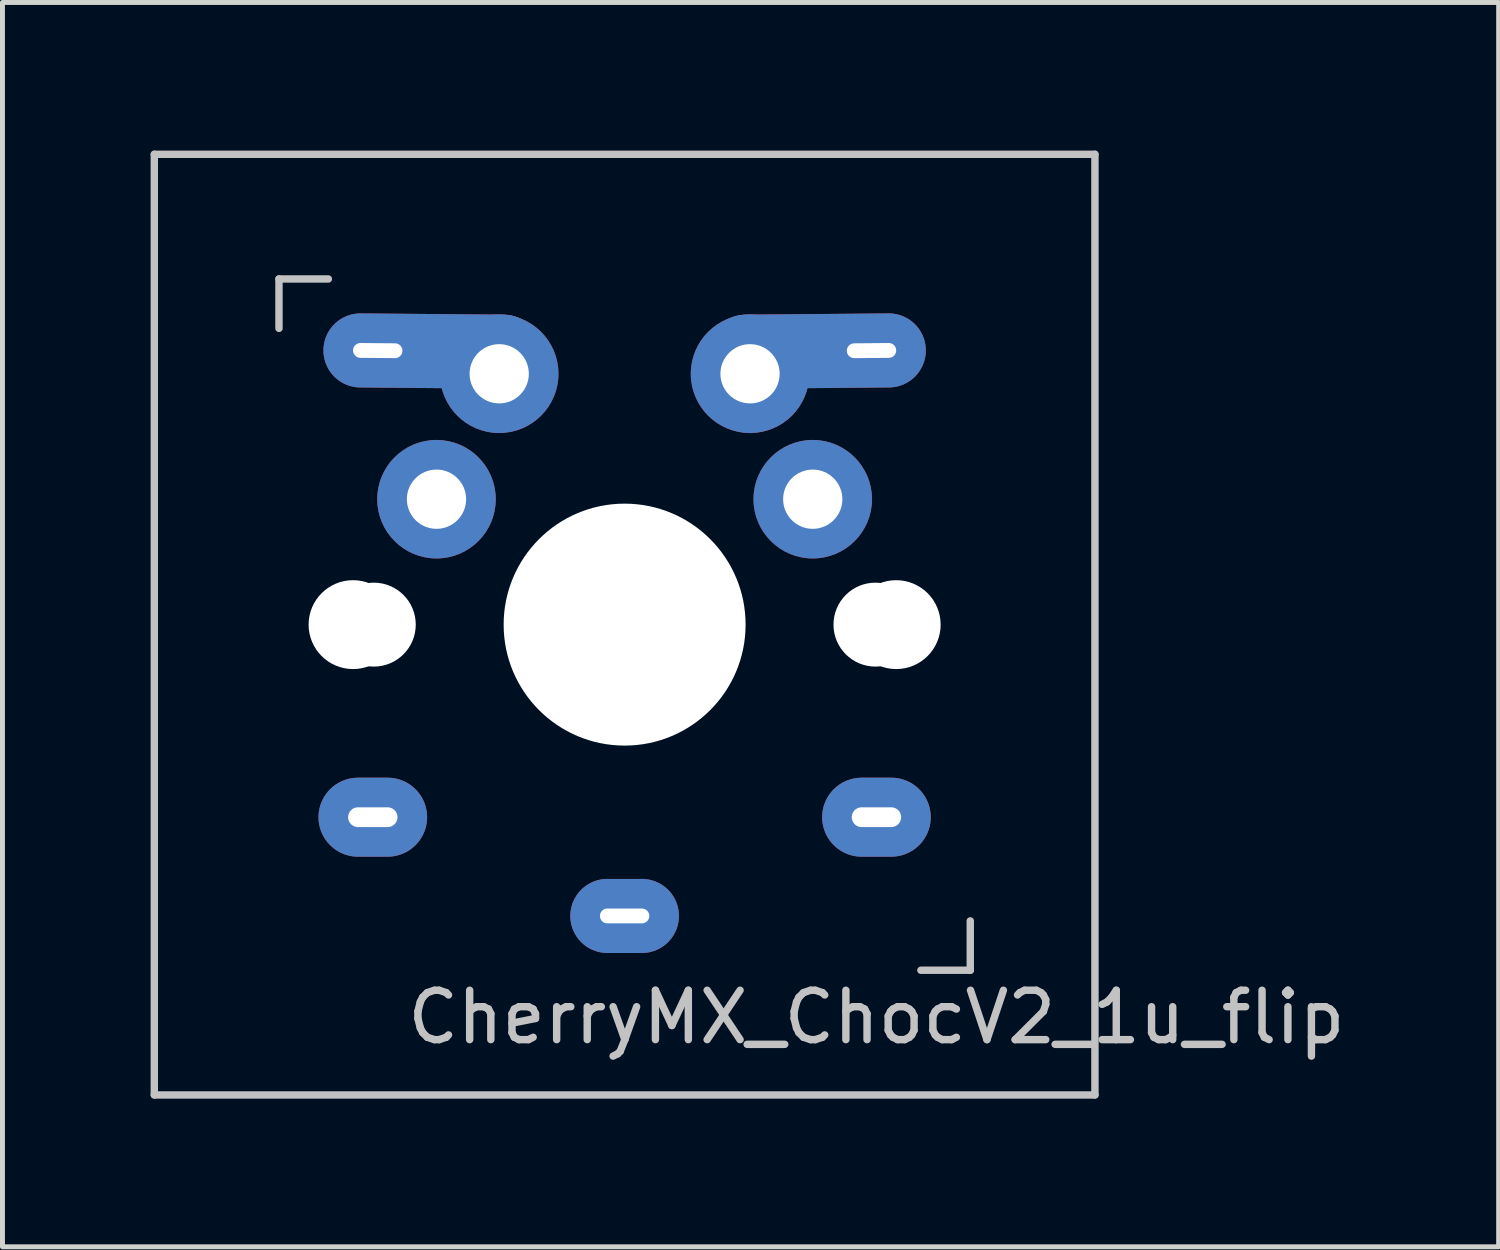
<source format=kicad_pcb>
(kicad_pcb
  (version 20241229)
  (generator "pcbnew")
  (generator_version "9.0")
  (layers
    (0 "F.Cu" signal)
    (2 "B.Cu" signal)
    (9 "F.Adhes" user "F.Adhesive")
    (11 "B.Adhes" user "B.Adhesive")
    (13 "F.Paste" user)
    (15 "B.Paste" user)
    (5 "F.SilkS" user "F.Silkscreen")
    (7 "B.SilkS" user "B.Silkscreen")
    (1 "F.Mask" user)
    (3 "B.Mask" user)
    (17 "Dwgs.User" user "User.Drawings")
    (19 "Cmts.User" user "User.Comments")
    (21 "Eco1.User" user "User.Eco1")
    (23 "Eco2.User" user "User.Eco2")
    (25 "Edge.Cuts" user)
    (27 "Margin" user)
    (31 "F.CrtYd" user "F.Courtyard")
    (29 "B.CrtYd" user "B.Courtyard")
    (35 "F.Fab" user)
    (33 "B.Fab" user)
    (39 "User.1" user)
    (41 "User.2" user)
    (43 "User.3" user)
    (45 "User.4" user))
  (footprint "CherryMX_ChocV2_1u_flip"
    (layer "F.Cu")
    (at 9.6 9.6)
    (property "Reference" "CherryMX_ChocV2_1u_flip" (at 5.1 7.95 180) (layer "Dwgs.User") (effects (font (size 1 1) (thickness 0.15))))
    (attr through_hole)
    (fp_line (start -9.525 -9.525) (end 9.525 -9.525) (stroke (width 0.15) (type solid)) (layer "Dwgs.User"))
    (fp_line (start -9.525 9.525) (end -9.525 -9.525) (stroke (width 0.15) (type solid)) (layer "Dwgs.User"))
    (fp_line (start -7 -7) (end -6 -7) (stroke (width 0.15) (type solid)) (layer "Dwgs.User"))
    (fp_line (start -7 -6) (end -7 -7) (stroke (width 0.15) (type solid)) (layer "Dwgs.User"))
    (fp_line (start 6 7) (end 7 7) (stroke (width 0.15) (type solid)) (layer "Dwgs.User"))
    (fp_line (start 7 7) (end 7 6) (stroke (width 0.15) (type solid)) (layer "Dwgs.User"))
    (fp_line (start 9.525 -9.525) (end 9.525 9.525) (stroke (width 0.15) (type solid)) (layer "Dwgs.User"))
    (fp_line (start 9.525 9.525) (end -9.525 9.525) (stroke (width 0.15) (type solid)) (layer "Dwgs.User"))
    (pad "" np_thru_hole circle (at -5.5 0 90) (size 1.8 1.8) (drill 1.8) (layers "*.Cu" "*.Mask"))
    (pad "" np_thru_hole circle (at -5.08 0) (size 1.7 1.7) (drill 1.7) (layers "*.Cu" "*.Mask"))
    (pad "" np_thru_hole circle (at 0 0 90) (size 4.9 4.9) (drill 4.9) (layers "*.Cu"))
    (pad "" np_thru_hole circle (at 5.08 0) (size 1.7 1.7) (drill 1.7) (layers "*.Cu" "*.Mask"))
    (pad "" np_thru_hole circle (at 5.5 0 90) (size 1.8 1.8) (drill 1.8) (layers "*.Cu" "*.Mask"))
    (pad "1" thru_hole oval (at -5.1 3.9) (size 2.2 1.6) (drill oval 1 0.4) (layers "*.Cu" "*.Mask"))
    (pad "1" thru_hole circle (at -3.81 -2.54) (size 2.4 2.4) (drill 1.2) (layers "*.Cu" "*.Mask"))
    (pad "1" thru_hole circle (at 3.81 -2.54 180) (size 2.4 2.4) (drill 1.2) (layers "*.Cu" "*.Mask"))
    (pad "1" thru_hole oval (at 5.1 3.9 180) (size 2.2 1.6) (drill oval 1 0.4) (layers "*.Cu" "*.Mask"))
    (pad "2" thru_hole oval (at -5 -5.55 179.5) (size 4.4 1.5) (drill oval 1 0.3 (offset -1.1 0)) (layers "*.Cu" "*.Mask"))
    (pad "2" thru_hole circle (at -2.54 -5.08 180) (size 2.4 2.4) (drill 1.2) (layers "*.Cu" "*.Mask"))
    (pad "2" thru_hole oval (at 0 5.9) (size 2.2 1.5) (drill oval 1 0.3) (layers "*.Cu" "*.Mask"))
    (pad "2" thru_hole circle (at 2.54 -5.08) (size 2.4 2.4) (drill 1.2) (layers "*.Cu" "*.Mask"))
    (pad "2" thru_hole oval (at 5 -5.55 0.5) (size 4.4 1.5) (drill oval 1 0.3 (offset -1.1 0)) (layers "*.Cu" "*.Mask")))
  (gr_rect
    (start -3 -3)
    (end 27.301 22.2)
    (stroke (width 0.1) (type default))
    (fill no)
    (layer "Edge.Cuts")))
</source>
